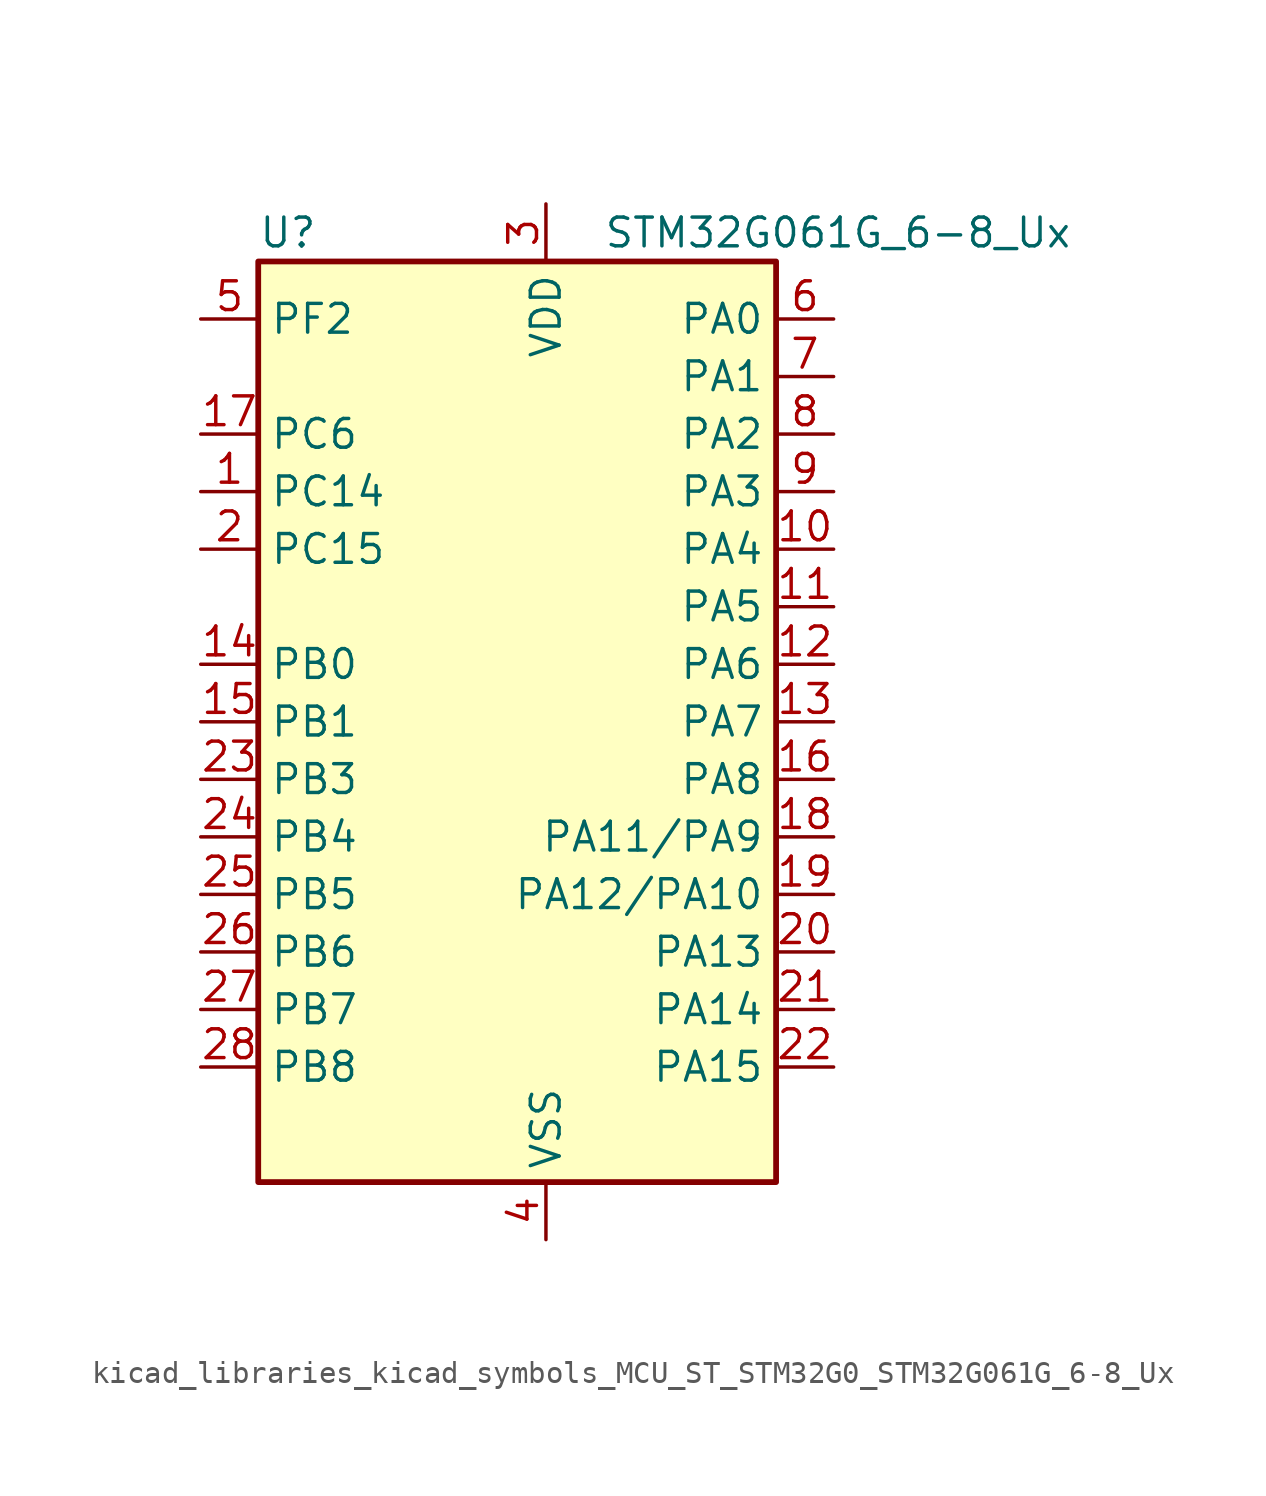
<source format=kicad_sym>
(kicad_symbol_lib
  (version 20220914)
  (generator kicad_symbol_editor)
  (symbol "kicad_libraries_kicad_symbols_MCU_ST_STM32G0_STM32G061G_6-8_Ux"
    (property "Reference" "U"
      (at -10.16 21.59 0)
      (effects (font (size 1.27 1.27)) (justify left)))
    (property "Value" "STM32G061G_6-8_Ux"
      (at 5.08 21.59 0)
      (effects (font (size 1.27 1.27)) (justify left)))
    (property "ki_locked" ""
      (at 0 0 0)
      (effects (font (size 1.27 1.27))))
    (symbol "kicad_libraries_kicad_symbols_MCU_ST_STM32G0_STM32G061G_6-8_Ux_0_1"
      (rectangle (start -10.16 -20.32) (end 12.7 20.32) (stroke (width 0.254) (type default)) (fill (type background))))
    (symbol "kicad_libraries_kicad_symbols_MCU_ST_STM32G0_STM32G061G_6-8_Ux_1_1"
      (pin bidirectional line (at -12.7 10.16 0) (length 2.54) (name "PC14" (effects (font (size 1.27 1.27)))) (number "1" (effects (font (size 1.27 1.27)))) (alternate "RCC_OSC32_IN" bidirectional line) (alternate "RCC_OSC_IN" bidirectional line) (alternate "TIM1_BK2" bidirectional line))
      (pin bidirectional line (at 15.24 7.62 180) (length 2.54) (name "PA4" (effects (font (size 1.27 1.27)))) (number "10" (effects (font (size 1.27 1.27)))) (alternate "ADC1_IN4" bidirectional line) (alternate "DAC1_OUT1" bidirectional line) (alternate "I2S1_WS" bidirectional line) (alternate "LPTIM2_OUT" bidirectional line) (alternate "RTC_OUT1" bidirectional line) (alternate "RTC_TAMP_IN1" bidirectional line) (alternate "RTC_TS" bidirectional line) (alternate "SPI1_NSS" bidirectional line) (alternate "SPI2_MOSI" bidirectional line) (alternate "SYS_WKUP2" bidirectional line) (alternate "TIM14_CH1" bidirectional line))
      (pin bidirectional line (at 15.24 5.08 180) (length 2.54) (name "PA5" (effects (font (size 1.27 1.27)))) (number "11" (effects (font (size 1.27 1.27)))) (alternate "ADC1_IN5" bidirectional line) (alternate "DAC1_OUT2" bidirectional line) (alternate "I2S1_CK" bidirectional line) (alternate "LPTIM2_ETR" bidirectional line) (alternate "SPI1_SCK" bidirectional line) (alternate "TIM2_CH1" bidirectional line) (alternate "TIM2_ETR" bidirectional line))
      (pin bidirectional line (at 15.24 2.54 180) (length 2.54) (name "PA6" (effects (font (size 1.27 1.27)))) (number "12" (effects (font (size 1.27 1.27)))) (alternate "ADC1_IN6" bidirectional line) (alternate "COMP1_OUT" bidirectional line) (alternate "I2S1_MCK" bidirectional line) (alternate "LPUART1_CTS" bidirectional line) (alternate "SPI1_MISO" bidirectional line) (alternate "TIM16_CH1" bidirectional line) (alternate "TIM1_BK" bidirectional line) (alternate "TIM3_CH1" bidirectional line))
      (pin bidirectional line (at 15.24 0 180) (length 2.54) (name "PA7" (effects (font (size 1.27 1.27)))) (number "13" (effects (font (size 1.27 1.27)))) (alternate "ADC1_IN7" bidirectional line) (alternate "COMP2_OUT" bidirectional line) (alternate "I2S1_SD" bidirectional line) (alternate "SPI1_MOSI" bidirectional line) (alternate "TIM14_CH1" bidirectional line) (alternate "TIM17_CH1" bidirectional line) (alternate "TIM1_CH1N" bidirectional line) (alternate "TIM3_CH2" bidirectional line))
      (pin bidirectional line (at -12.7 2.54 0) (length 2.54) (name "PB0" (effects (font (size 1.27 1.27)))) (number "14" (effects (font (size 1.27 1.27)))) (alternate "ADC1_IN8" bidirectional line) (alternate "COMP1_OUT" bidirectional line) (alternate "I2S1_WS" bidirectional line) (alternate "LPTIM1_OUT" bidirectional line) (alternate "SPI1_NSS" bidirectional line) (alternate "TIM1_CH2N" bidirectional line) (alternate "TIM3_CH3" bidirectional line))
      (pin bidirectional line (at -12.7 0 0) (length 2.54) (name "PB1" (effects (font (size 1.27 1.27)))) (number "15" (effects (font (size 1.27 1.27)))) (alternate "ADC1_IN9" bidirectional line) (alternate "COMP1_INM" bidirectional line) (alternate "LPTIM2_IN1" bidirectional line) (alternate "LPUART1_DE" bidirectional line) (alternate "LPUART1_RTS" bidirectional line) (alternate "TIM14_CH1" bidirectional line) (alternate "TIM1_CH3N" bidirectional line) (alternate "TIM3_CH4" bidirectional line))
      (pin bidirectional line (at 15.24 -2.54 180) (length 2.54) (name "PA8" (effects (font (size 1.27 1.27)))) (number "16" (effects (font (size 1.27 1.27)))) (alternate "LPTIM2_OUT" bidirectional line) (alternate "RCC_MCO" bidirectional line) (alternate "SPI2_NSS" bidirectional line) (alternate "TIM1_CH1" bidirectional line))
      (pin bidirectional line (at -12.7 12.7 0) (length 2.54) (name "PC6" (effects (font (size 1.27 1.27)))) (number "17" (effects (font (size 1.27 1.27)))) (alternate "TIM2_CH3" bidirectional line) (alternate "TIM3_CH1" bidirectional line))
      (pin bidirectional line (at 15.24 -5.08 180) (length 2.54) (name "PA11/PA9" (effects (font (size 1.27 1.27)))) (number "18" (effects (font (size 1.27 1.27)))) (alternate "ADC1_EXTI11" bidirectional line) (alternate "ADC1_IN15" bidirectional line) (alternate "COMP1_OUT" bidirectional line) (alternate "I2C2_SCL" bidirectional line) (alternate "I2S1_MCK" bidirectional line) (alternate "SPI1_MISO" bidirectional line) (alternate "TIM1_BK2" bidirectional line) (alternate "TIM1_CH4" bidirectional line) (alternate "USART1_CTS" bidirectional line) (alternate "USART1_NSS" bidirectional line))
      (pin bidirectional line (at 15.24 -7.62 180) (length 2.54) (name "PA12/PA10" (effects (font (size 1.27 1.27)))) (number "19" (effects (font (size 1.27 1.27)))) (alternate "ADC1_IN16" bidirectional line) (alternate "COMP2_OUT" bidirectional line) (alternate "I2C2_SDA" bidirectional line) (alternate "I2S1_SD" bidirectional line) (alternate "I2S_CKIN" bidirectional line) (alternate "SPI1_MOSI" bidirectional line) (alternate "TIM1_ETR" bidirectional line) (alternate "USART1_CK" bidirectional line) (alternate "USART1_DE" bidirectional line) (alternate "USART1_RTS" bidirectional line))
      (pin bidirectional line (at -12.7 7.62 0) (length 2.54) (name "PC15" (effects (font (size 1.27 1.27)))) (number "2" (effects (font (size 1.27 1.27)))) (alternate "RCC_OSC32_EN" bidirectional line) (alternate "RCC_OSC32_OUT" bidirectional line) (alternate "RCC_OSC_EN" bidirectional line) (alternate "TIM15_BK" bidirectional line))
      (pin bidirectional line (at 15.24 -10.16 180) (length 2.54) (name "PA13" (effects (font (size 1.27 1.27)))) (number "20" (effects (font (size 1.27 1.27)))) (alternate "ADC1_IN17" bidirectional line) (alternate "IR_OUT" bidirectional line) (alternate "SYS_SWDIO" bidirectional line))
      (pin bidirectional line (at 15.24 -12.7 180) (length 2.54) (name "PA14" (effects (font (size 1.27 1.27)))) (number "21" (effects (font (size 1.27 1.27)))) (alternate "ADC1_IN18" bidirectional line) (alternate "SYS_SWCLK" bidirectional line) (alternate "USART2_TX" bidirectional line))
      (pin bidirectional line (at 15.24 -15.24 180) (length 2.54) (name "PA15" (effects (font (size 1.27 1.27)))) (number "22" (effects (font (size 1.27 1.27)))) (alternate "I2S1_WS" bidirectional line) (alternate "SPI1_NSS" bidirectional line) (alternate "TIM2_CH1" bidirectional line) (alternate "TIM2_ETR" bidirectional line) (alternate "USART2_RX" bidirectional line))
      (pin bidirectional line (at -12.7 -2.54 0) (length 2.54) (name "PB3" (effects (font (size 1.27 1.27)))) (number "23" (effects (font (size 1.27 1.27)))) (alternate "COMP2_INM" bidirectional line) (alternate "I2S1_CK" bidirectional line) (alternate "SPI1_SCK" bidirectional line) (alternate "TIM1_CH2" bidirectional line) (alternate "TIM2_CH2" bidirectional line) (alternate "USART1_CK" bidirectional line) (alternate "USART1_DE" bidirectional line) (alternate "USART1_RTS" bidirectional line))
      (pin bidirectional line (at -12.7 -5.08 0) (length 2.54) (name "PB4" (effects (font (size 1.27 1.27)))) (number "24" (effects (font (size 1.27 1.27)))) (alternate "COMP2_INP" bidirectional line) (alternate "I2S1_MCK" bidirectional line) (alternate "SPI1_MISO" bidirectional line) (alternate "TIM17_BK" bidirectional line) (alternate "TIM3_CH1" bidirectional line) (alternate "USART1_CTS" bidirectional line) (alternate "USART1_NSS" bidirectional line))
      (pin bidirectional line (at -12.7 -7.62 0) (length 2.54) (name "PB5" (effects (font (size 1.27 1.27)))) (number "25" (effects (font (size 1.27 1.27)))) (alternate "COMP2_OUT" bidirectional line) (alternate "I2C1_SMBA" bidirectional line) (alternate "I2S1_SD" bidirectional line) (alternate "LPTIM1_IN1" bidirectional line) (alternate "SPI1_MOSI" bidirectional line) (alternate "SYS_WKUP6" bidirectional line) (alternate "TIM16_BK" bidirectional line) (alternate "TIM3_CH2" bidirectional line))
      (pin bidirectional line (at -12.7 -10.16 0) (length 2.54) (name "PB6" (effects (font (size 1.27 1.27)))) (number "26" (effects (font (size 1.27 1.27)))) (alternate "COMP2_INP" bidirectional line) (alternate "I2C1_SCL" bidirectional line) (alternate "LPTIM1_ETR" bidirectional line) (alternate "SPI2_MISO" bidirectional line) (alternate "TIM16_CH1N" bidirectional line) (alternate "TIM1_CH3" bidirectional line) (alternate "USART1_TX" bidirectional line))
      (pin bidirectional line (at -12.7 -12.7 0) (length 2.54) (name "PB7" (effects (font (size 1.27 1.27)))) (number "27" (effects (font (size 1.27 1.27)))) (alternate "ADC1_IN11" bidirectional line) (alternate "COMP2_INM" bidirectional line) (alternate "I2C1_SDA" bidirectional line) (alternate "LPTIM1_IN2" bidirectional line) (alternate "SPI2_MOSI" bidirectional line) (alternate "SYS_PVD_IN" bidirectional line) (alternate "TIM17_CH1N" bidirectional line) (alternate "USART1_RX" bidirectional line))
      (pin bidirectional line (at -12.7 -15.24 0) (length 2.54) (name "PB8" (effects (font (size 1.27 1.27)))) (number "28" (effects (font (size 1.27 1.27)))) (alternate "I2C1_SCL" bidirectional line) (alternate "SPI2_SCK" bidirectional line) (alternate "TIM15_BK" bidirectional line) (alternate "TIM16_CH1" bidirectional line))
      (pin power_in line (at 2.54 22.86 270) (length 2.54) (name "VDD" (effects (font (size 1.27 1.27)))) (number "3" (effects (font (size 1.27 1.27)))))
      (pin power_in line (at 2.54 -22.86 90) (length 2.54) (name "VSS" (effects (font (size 1.27 1.27)))) (number "4" (effects (font (size 1.27 1.27)))))
      (pin bidirectional line (at -12.7 17.78 0) (length 2.54) (name "PF2" (effects (font (size 1.27 1.27)))) (number "5" (effects (font (size 1.27 1.27)))) (alternate "RCC_MCO" bidirectional line))
      (pin bidirectional line (at 15.24 17.78 180) (length 2.54) (name "PA0" (effects (font (size 1.27 1.27)))) (number "6" (effects (font (size 1.27 1.27)))) (alternate "ADC1_IN0" bidirectional line) (alternate "COMP1_INM" bidirectional line) (alternate "COMP1_OUT" bidirectional line) (alternate "LPTIM1_OUT" bidirectional line) (alternate "RTC_TAMP_IN2" bidirectional line) (alternate "SPI2_SCK" bidirectional line) (alternate "SYS_WKUP1" bidirectional line) (alternate "TIM2_CH1" bidirectional line) (alternate "TIM2_ETR" bidirectional line) (alternate "USART2_CTS" bidirectional line) (alternate "USART2_NSS" bidirectional line))
      (pin bidirectional line (at 15.24 15.24 180) (length 2.54) (name "PA1" (effects (font (size 1.27 1.27)))) (number "7" (effects (font (size 1.27 1.27)))) (alternate "ADC1_IN1" bidirectional line) (alternate "COMP1_INP" bidirectional line) (alternate "I2C1_SMBA" bidirectional line) (alternate "I2S1_CK" bidirectional line) (alternate "SPI1_SCK" bidirectional line) (alternate "TIM15_CH1N" bidirectional line) (alternate "TIM2_CH2" bidirectional line) (alternate "USART2_CK" bidirectional line) (alternate "USART2_DE" bidirectional line) (alternate "USART2_RTS" bidirectional line))
      (pin bidirectional line (at 15.24 12.7 180) (length 2.54) (name "PA2" (effects (font (size 1.27 1.27)))) (number "8" (effects (font (size 1.27 1.27)))) (alternate "ADC1_IN2" bidirectional line) (alternate "COMP2_INM" bidirectional line) (alternate "COMP2_OUT" bidirectional line) (alternate "I2S1_SD" bidirectional line) (alternate "LPUART1_TX" bidirectional line) (alternate "RCC_LSCO" bidirectional line) (alternate "SPI1_MOSI" bidirectional line) (alternate "SYS_WKUP4" bidirectional line) (alternate "TIM15_CH1" bidirectional line) (alternate "TIM2_CH3" bidirectional line) (alternate "USART2_TX" bidirectional line))
      (pin bidirectional line (at 15.24 10.16 180) (length 2.54) (name "PA3" (effects (font (size 1.27 1.27)))) (number "9" (effects (font (size 1.27 1.27)))) (alternate "ADC1_IN3" bidirectional line) (alternate "COMP2_INP" bidirectional line) (alternate "LPUART1_RX" bidirectional line) (alternate "SPI2_MISO" bidirectional line) (alternate "TIM15_CH2" bidirectional line) (alternate "TIM2_CH4" bidirectional line) (alternate "USART2_RX" bidirectional line)))))
</source>
